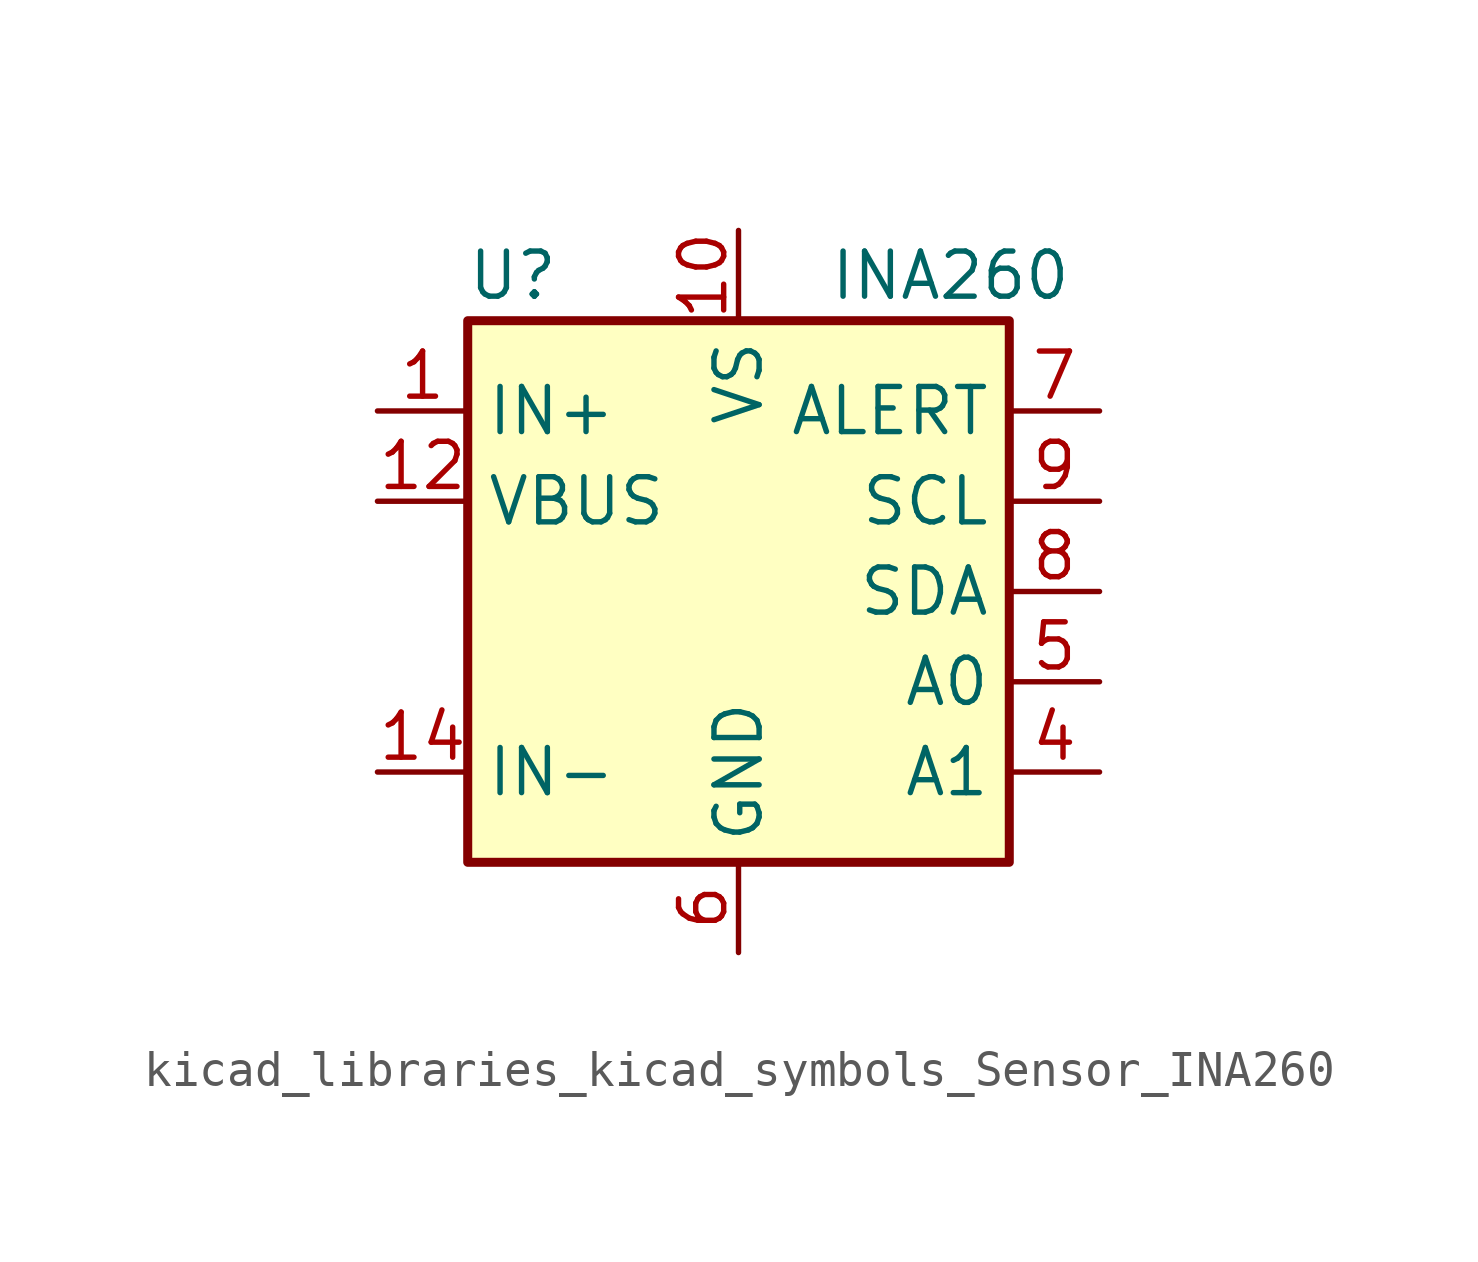
<source format=kicad_sym>
(kicad_symbol_lib
  (version 20220914)
  (generator kicad_symbol_editor)
  (symbol "kicad_libraries_kicad_symbols_Sensor_INA260"
    (property "Reference" "U"
      (at -6.35 8.89 0)
      (effects (font (size 1.27 1.27))))
    (property "Value" "INA260"
      (at 2.54 8.89 0)
      (effects (font (size 1.27 1.27)) (justify left)))
    (symbol "kicad_libraries_kicad_symbols_Sensor_INA260_0_1"
      (rectangle (start -7.62 7.62) (end 7.62 -7.62) (stroke (width 0.254) (type default)) (fill (type background))))
    (symbol "kicad_libraries_kicad_symbols_Sensor_INA260_1_1"
      (pin passive line (at -10.16 5.08 0) (length 2.54) (name "IN+" (effects (font (size 1.27 1.27)))) (number "1" (effects (font (size 1.27 1.27)))))
      (pin power_in line (at 0 10.16 270) (length 2.54) (name "VS" (effects (font (size 1.27 1.27)))) (number "10" (effects (font (size 1.27 1.27)))))
      (pin passive line (at 0 -10.16 90) (length 2.54) hide (name "GND" (effects (font (size 1.27 1.27)))) (number "11" (effects (font (size 1.27 1.27)))))
      (pin passive line (at -10.16 2.54 0) (length 2.54) (name "VBUS" (effects (font (size 1.27 1.27)))) (number "12" (effects (font (size 1.27 1.27)))))
      (pin no_connect line (at 2.54 -7.62 90) (length 2.54) hide (name "NC" (effects (font (size 1.27 1.27)))) (number "13" (effects (font (size 1.27 1.27)))))
      (pin passive line (at -10.16 -5.08 0) (length 2.54) (name "IN-" (effects (font (size 1.27 1.27)))) (number "14" (effects (font (size 1.27 1.27)))))
      (pin passive line (at -10.16 -5.08 0) (length 2.54) hide (name "IN-" (effects (font (size 1.27 1.27)))) (number "15" (effects (font (size 1.27 1.27)))))
      (pin passive line (at -10.16 -5.08 0) (length 2.54) hide (name "IN-" (effects (font (size 1.27 1.27)))) (number "16" (effects (font (size 1.27 1.27)))))
      (pin passive line (at -10.16 5.08 0) (length 2.54) hide (name "IN+" (effects (font (size 1.27 1.27)))) (number "2" (effects (font (size 1.27 1.27)))))
      (pin passive line (at -10.16 5.08 0) (length 2.54) hide (name "IN+" (effects (font (size 1.27 1.27)))) (number "3" (effects (font (size 1.27 1.27)))))
      (pin input line (at 10.16 -5.08 180) (length 2.54) (name "A1" (effects (font (size 1.27 1.27)))) (number "4" (effects (font (size 1.27 1.27)))))
      (pin input line (at 10.16 -2.54 180) (length 2.54) (name "A0" (effects (font (size 1.27 1.27)))) (number "5" (effects (font (size 1.27 1.27)))))
      (pin power_in line (at 0 -10.16 90) (length 2.54) (name "GND" (effects (font (size 1.27 1.27)))) (number "6" (effects (font (size 1.27 1.27)))))
      (pin open_collector line (at 10.16 5.08 180) (length 2.54) (name "ALERT" (effects (font (size 1.27 1.27)))) (number "7" (effects (font (size 1.27 1.27)))))
      (pin bidirectional line (at 10.16 0 180) (length 2.54) (name "SDA" (effects (font (size 1.27 1.27)))) (number "8" (effects (font (size 1.27 1.27)))))
      (pin input line (at 10.16 2.54 180) (length 2.54) (name "SCL" (effects (font (size 1.27 1.27)))) (number "9" (effects (font (size 1.27 1.27))))))))
</source>
